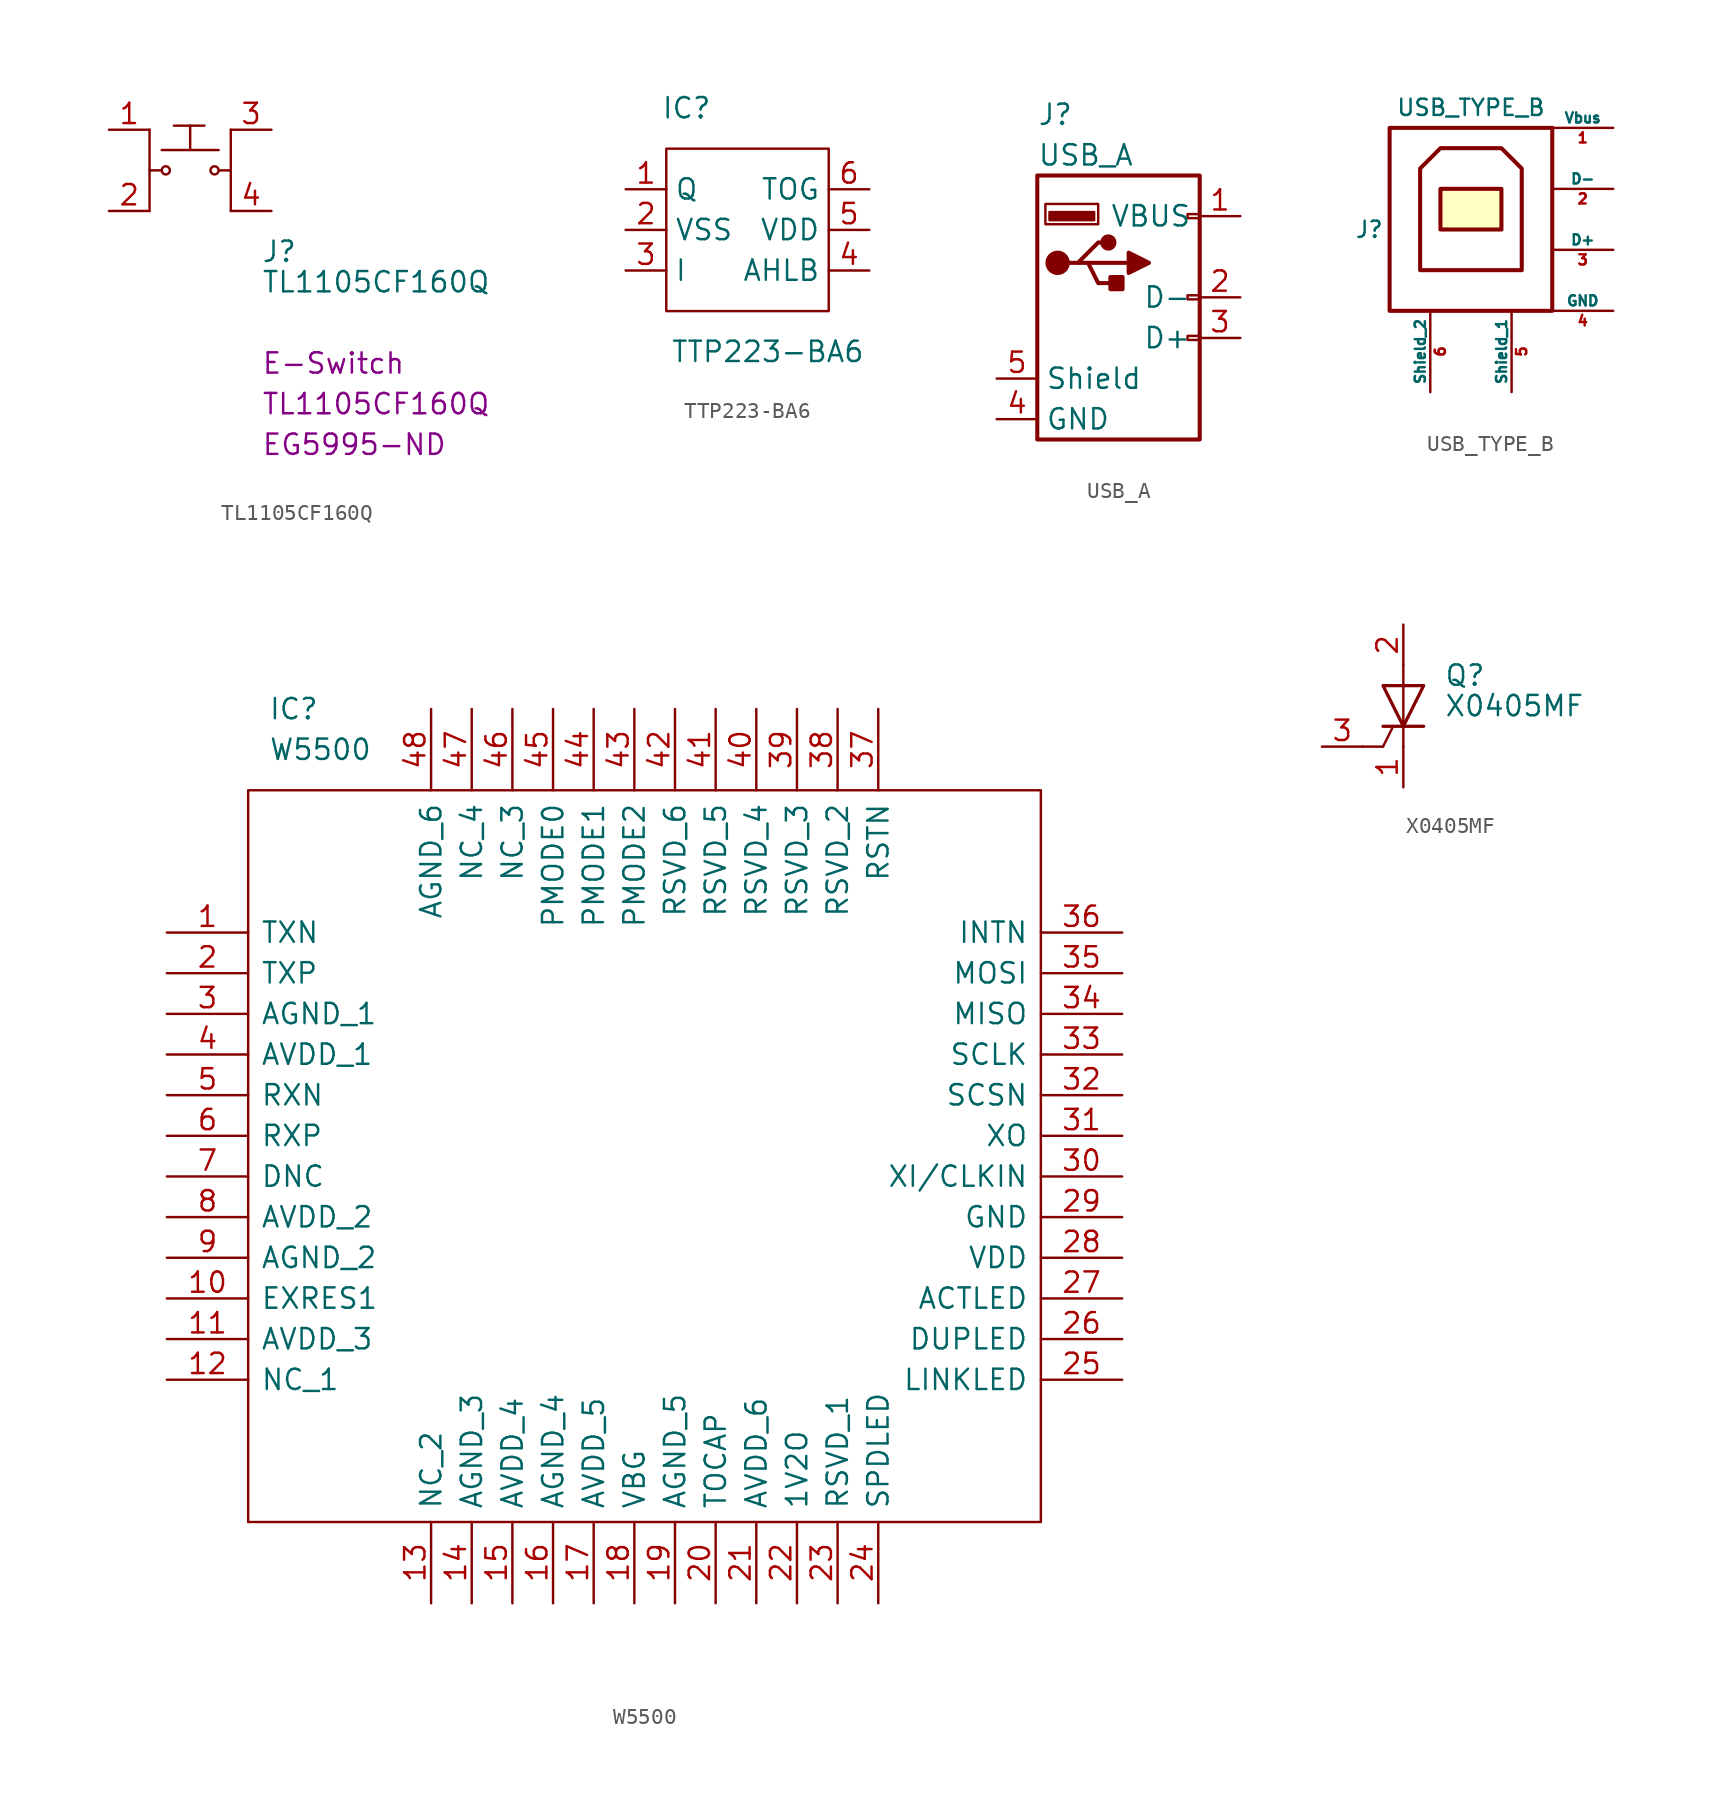
<source format=kicad_sym>
(kicad_symbol_lib
  (version 20220914)
  (generator kicad_symbol_editor)
  (symbol "TL1105CF160Q"
    (pin_names hide)
    (property "Reference" "J"
      (at 4.445 -6.35 0)
      (effects (font (size 1.27 1.27)) (justify left)))
    (property "Value" "TL1105CF160Q"
      (at 4.445 -8.255 0)
      (effects (font (size 1.27 1.27)) (justify left)))
    (property "Manufacturer" "E-Switch"
      (at 4.445 -13.335 0)
      (effects (font (size 1.27 1.27)) (justify left)))
    (property "MPN" "TL1105CF160Q"
      (at 4.445 -15.875 0)
      (effects (font (size 1.27 1.27)) (justify left)))
    (property "Digi-Key_PN" "EG5995-ND"
      (at 4.445 -18.415 0)
      (effects (font (size 1.27 1.27)) (justify left)))
    (symbol "TL1105CF160Q_1_1"
      (circle (center -1.524 -1.27) (radius 0.254) (stroke (width 0) (type default)) (fill (type none)))
      (polyline (pts (xy -2.54 1.27) (xy -2.54 -3.81)) (stroke (width 0) (type default)) (fill (type none)))
      (polyline (pts (xy -1.778 -1.27) (xy -2.54 -1.27)) (stroke (width 0) (type default)) (fill (type none)))
      (polyline (pts (xy -1.778 0) (xy 1.778 0)) (stroke (width 0) (type default)) (fill (type none)))
      (polyline (pts (xy -1.016 1.524) (xy 0.889 1.524)) (stroke (width 0) (type default)) (fill (type none)))
      (polyline (pts (xy 0 1.524) (xy 0 0)) (stroke (width 0) (type default)) (fill (type none)))
      (polyline (pts (xy 2.54 -3.81) (xy 2.54 1.27)) (stroke (width 0) (type default)) (fill (type none)))
      (polyline (pts (xy 2.54 -1.27) (xy 1.778 -1.27)) (stroke (width 0) (type default)) (fill (type none)))
      (circle (center 1.524 -1.27) (radius 0.254) (stroke (width 0) (type default)) (fill (type none)))
      (pin passive line (at -5.08 1.27 0) (length 2.54) (name "~" (effects (font (size 1.27 1.27)))) (number "1" (effects (font (size 1.27 1.27)))))
      (pin passive line (at -5.08 -3.81 0) (length 2.54) (name "~" (effects (font (size 1.27 1.27)))) (number "2" (effects (font (size 1.27 1.27)))))
      (pin passive line (at 5.08 1.27 180) (length 2.54) (name "~" (effects (font (size 1.27 1.27)))) (number "3" (effects (font (size 1.27 1.27)))))
      (pin passive line (at 5.08 -3.81 180) (length 2.54) (name "~" (effects (font (size 1.27 1.27)))) (number "4" (effects (font (size 1.27 1.27)))))))
  (symbol "TTP223-BA6"
    (property "Reference" "IC"
      (at -3.81 6.35 0)
      (effects (font (size 1.27 1.27))))
    (property "Value" "TTP223-BA6"
      (at 1.27 -8.89 0)
      (effects (font (size 1.27 1.27))))
    (symbol "TTP223-BA6_0_1"
      (rectangle (start -5.08 3.81) (end 5.08 -6.35) (stroke (width 0) (type default)) (fill (type none))))
    (symbol "TTP223-BA6_1_1"
      (pin input line (at -7.62 1.27 0) (length 2.54) (name "Q" (effects (font (size 1.27 1.27)))) (number "1" (effects (font (size 1.27 1.27)))))
      (pin power_in line (at -7.62 -1.27 0) (length 2.54) (name "VSS" (effects (font (size 1.27 1.27)))) (number "2" (effects (font (size 1.27 1.27)))))
      (pin input line (at -7.62 -3.81 0) (length 2.54) (name "I" (effects (font (size 1.27 1.27)))) (number "3" (effects (font (size 1.27 1.27)))))
      (pin output line (at 7.62 -3.81 180) (length 2.54) (name "AHLB" (effects (font (size 1.27 1.27)))) (number "4" (effects (font (size 1.27 1.27)))))
      (pin power_in line (at 7.62 -1.27 180) (length 2.54) (name "VDD" (effects (font (size 1.27 1.27)))) (number "5" (effects (font (size 1.27 1.27)))))
      (pin output line (at 7.62 1.27 180) (length 2.54) (name "TOG" (effects (font (size 1.27 1.27)))) (number "6" (effects (font (size 1.27 1.27)))))))
  (symbol "USB_A"
    (property "Reference" "J"
      (at -5.08 11.43 0)
      (effects (font (size 1.27 1.27)) (justify left)))
    (property "Value" "USB_A"
      (at -5.08 8.89 0)
      (effects (font (size 1.27 1.27)) (justify left)))
    (symbol "USB_A_0_1"
      (rectangle (start -5.08 7.62) (end 5.08 -8.89) (stroke (width 0.254) (type default)) (fill (type none)))
      (circle (center -3.81 2.159) (radius 0.635) (stroke (width 0.254) (type default)) (fill (type outline)))
      (rectangle (start -1.524 4.826) (end -4.318 5.334) (stroke (width 0) (type default)) (fill (type outline)))
      (rectangle (start -1.27 4.572) (end -4.572 5.842) (stroke (width 0) (type default)) (fill (type none)))
      (circle (center -0.635 3.429) (radius 0.381) (stroke (width 0.254) (type default)) (fill (type outline)))
      (polyline (pts (xy -3.175 2.159) (xy -2.54 2.159) (xy -1.27 3.429) (xy -0.635 3.429)) (stroke (width 0.254) (type default)) (fill (type none)))
      (polyline (pts (xy -2.54 2.159) (xy -1.905 2.159) (xy -1.27 0.889) (xy 0 0.889)) (stroke (width 0.254) (type default)) (fill (type none)))
      (polyline (pts (xy 0.635 2.794) (xy 0.635 1.524) (xy 1.905 2.159) (xy 0.635 2.794)) (stroke (width 0.254) (type default)) (fill (type outline)))
      (rectangle (start 0.254 1.27) (end -0.508 0.508) (stroke (width 0.254) (type default)) (fill (type outline)))
      (rectangle (start 5.08 -2.667) (end 4.318 -2.413) (stroke (width 0) (type default)) (fill (type none)))
      (rectangle (start 5.08 -0.127) (end 4.318 0.127) (stroke (width 0) (type default)) (fill (type none)))
      (rectangle (start 5.08 4.953) (end 4.318 5.207) (stroke (width 0) (type default)) (fill (type none))))
    (symbol "USB_A_1_1"
      (polyline (pts (xy -1.905 2.159) (xy 0.635 2.159)) (stroke (width 0.254) (type default)) (fill (type none)))
      (pin power_in line (at 7.62 5.08 180) (length 2.54) (name "VBUS" (effects (font (size 1.27 1.27)))) (number "1" (effects (font (size 1.27 1.27)))))
      (pin passive line (at 7.62 0 180) (length 2.54) (name "D-" (effects (font (size 1.27 1.27)))) (number "2" (effects (font (size 1.27 1.27)))))
      (pin passive line (at 7.62 -2.54 180) (length 2.54) (name "D+" (effects (font (size 1.27 1.27)))) (number "3" (effects (font (size 1.27 1.27)))))
      (pin power_in line (at -7.62 -7.62 0) (length 2.54) (name "GND" (effects (font (size 1.27 1.27)))) (number "4" (effects (font (size 1.27 1.27)))))
      (pin passive line (at -7.62 -5.08 0) (length 2.54) (name "Shield" (effects (font (size 1.27 1.27)))) (number "5" (effects (font (size 1.27 1.27)))))))
  (symbol "USB_TYPE_B"
    (pin_names
      (offset 0))
    (property "Reference" "J"
      (at -6.35 -1.27 0)
      (effects (font (size 1.016 1.016))))
    (property "Value" "USB_TYPE_B"
      (at 0 6.35 0)
      (effects (font (size 1.016 1.016))))
    (property "Footprint" ""
      (at 0.635 -3.81 0)
      (effects (font (size 1.524 1.524))))
    (property "Datasheet" ""
      (at 0.635 -3.81 0)
      (effects (font (size 1.524 1.524))))
    (symbol "USB_TYPE_B_0_1"
      (rectangle (start -1.905 1.27) (end 1.905 -1.27) (stroke (width 0.254) (type default)) (fill (type background)))
      (polyline (pts (xy -3.175 -3.81) (xy 3.175 -3.81) (xy 3.175 2.54) (xy 1.905 3.81) (xy -1.905 3.81) (xy -3.175 2.54) (xy -3.175 -3.81) (xy -3.175 -3.81) (xy -3.175 -3.81)) (stroke (width 0.254) (type default)) (fill (type none)))
      (rectangle (start 5.08 -6.35) (end -5.08 5.08) (stroke (width 0.254) (type default)) (fill (type none))))
    (symbol "USB_TYPE_B_1_1"
      (pin power_out line (at 8.89 5.08 180) (length 3.81) (name "Vbus" (effects (font (size 0.635 0.635)))) (number "1" (effects (font (size 0.635 0.635)))))
      (pin bidirectional line (at 8.89 1.27 180) (length 3.81) (name "D-" (effects (font (size 0.635 0.635)))) (number "2" (effects (font (size 0.635 0.635)))))
      (pin bidirectional line (at 8.89 -2.54 180) (length 3.81) (name "D+" (effects (font (size 0.635 0.635)))) (number "3" (effects (font (size 0.635 0.635)))))
      (pin power_in line (at 8.89 -6.35 180) (length 3.81) (name "GND" (effects (font (size 0.635 0.635)))) (number "4" (effects (font (size 0.635 0.635)))))
      (pin passive line (at 2.54 -11.43 90) (length 5.08) (name "Shield_1" (effects (font (size 0.635 0.635)))) (number "5" (effects (font (size 0.635 0.635)))))
      (pin passive line (at -2.54 -11.43 90) (length 5.08) (name "Shield_2" (effects (font (size 0.635 0.635)))) (number "6" (effects (font (size 0.635 0.635)))))))
  (symbol "W5500"
    (pin_names
      (offset 0.762))
    (property "Reference" "IC"
      (at -24.13 27.94 0)
      (effects (font (size 1.27 1.27)) (justify left)))
    (property "Value" "W5500"
      (at -24.13 25.4 0)
      (effects (font (size 1.27 1.27)) (justify left)))
    (symbol "W5500_0_0"
      (pin unspecified line (at -30.48 13.97 0) (length 5.08) (name "TXN" (effects (font (size 1.27 1.27)))) (number "1" (effects (font (size 1.27 1.27)))))
      (pin unspecified line (at -30.48 -8.89 0) (length 5.08) (name "EXRES1" (effects (font (size 1.27 1.27)))) (number "10" (effects (font (size 1.27 1.27)))))
      (pin power_in line (at -30.48 -11.43 0) (length 5.08) (name "AVDD_3" (effects (font (size 1.27 1.27)))) (number "11" (effects (font (size 1.27 1.27)))))
      (pin unspecified line (at -30.48 -13.97 0) (length 5.08) (name "NC_1" (effects (font (size 1.27 1.27)))) (number "12" (effects (font (size 1.27 1.27)))))
      (pin unspecified line (at -13.97 -27.94 90) (length 5.08) (name "NC_2" (effects (font (size 1.27 1.27)))) (number "13" (effects (font (size 1.27 1.27)))))
      (pin power_in line (at -11.43 -27.94 90) (length 5.08) (name "AGND_3" (effects (font (size 1.27 1.27)))) (number "14" (effects (font (size 1.27 1.27)))))
      (pin power_in line (at -8.89 -27.94 90) (length 5.08) (name "AVDD_4" (effects (font (size 1.27 1.27)))) (number "15" (effects (font (size 1.27 1.27)))))
      (pin power_in line (at -6.35 -27.94 90) (length 5.08) (name "AGND_4" (effects (font (size 1.27 1.27)))) (number "16" (effects (font (size 1.27 1.27)))))
      (pin power_in line (at -3.81 -27.94 90) (length 5.08) (name "AVDD_5" (effects (font (size 1.27 1.27)))) (number "17" (effects (font (size 1.27 1.27)))))
      (pin unspecified line (at -1.27 -27.94 90) (length 5.08) (name "VBG" (effects (font (size 1.27 1.27)))) (number "18" (effects (font (size 1.27 1.27)))))
      (pin power_in line (at 1.27 -27.94 90) (length 5.08) (name "AGND_5" (effects (font (size 1.27 1.27)))) (number "19" (effects (font (size 1.27 1.27)))))
      (pin unspecified line (at -30.48 11.43 0) (length 5.08) (name "TXP" (effects (font (size 1.27 1.27)))) (number "2" (effects (font (size 1.27 1.27)))))
      (pin unspecified line (at 3.81 -27.94 90) (length 5.08) (name "TOCAP" (effects (font (size 1.27 1.27)))) (number "20" (effects (font (size 1.27 1.27)))))
      (pin power_in line (at 6.35 -27.94 90) (length 5.08) (name "AVDD_6" (effects (font (size 1.27 1.27)))) (number "21" (effects (font (size 1.27 1.27)))))
      (pin unspecified line (at 8.89 -27.94 90) (length 5.08) (name "1V2O" (effects (font (size 1.27 1.27)))) (number "22" (effects (font (size 1.27 1.27)))))
      (pin unspecified line (at 11.43 -27.94 90) (length 5.08) (name "RSVD_1" (effects (font (size 1.27 1.27)))) (number "23" (effects (font (size 1.27 1.27)))))
      (pin unspecified line (at 13.97 -27.94 90) (length 5.08) (name "SPDLED" (effects (font (size 1.27 1.27)))) (number "24" (effects (font (size 1.27 1.27)))))
      (pin input line (at 29.21 -13.97 180) (length 5.08) (name "LINKLED" (effects (font (size 1.27 1.27)))) (number "25" (effects (font (size 1.27 1.27)))))
      (pin unspecified line (at 29.21 -11.43 180) (length 5.08) (name "DUPLED" (effects (font (size 1.27 1.27)))) (number "26" (effects (font (size 1.27 1.27)))))
      (pin unspecified line (at 29.21 -8.89 180) (length 5.08) (name "ACTLED" (effects (font (size 1.27 1.27)))) (number "27" (effects (font (size 1.27 1.27)))))
      (pin power_in line (at 29.21 -6.35 180) (length 5.08) (name "VDD" (effects (font (size 1.27 1.27)))) (number "28" (effects (font (size 1.27 1.27)))))
      (pin power_in line (at 29.21 -3.81 180) (length 5.08) (name "GND" (effects (font (size 1.27 1.27)))) (number "29" (effects (font (size 1.27 1.27)))))
      (pin power_in line (at -30.48 8.89 0) (length 5.08) (name "AGND_1" (effects (font (size 1.27 1.27)))) (number "3" (effects (font (size 1.27 1.27)))))
      (pin input line (at 29.21 -1.27 180) (length 5.08) (name "XI/CLKIN" (effects (font (size 1.27 1.27)))) (number "30" (effects (font (size 1.27 1.27)))))
      (pin unspecified line (at 29.21 1.27 180) (length 5.08) (name "XO" (effects (font (size 1.27 1.27)))) (number "31" (effects (font (size 1.27 1.27)))))
      (pin input line (at 29.21 3.81 180) (length 5.08) (name "SCSN" (effects (font (size 1.27 1.27)))) (number "32" (effects (font (size 1.27 1.27)))))
      (pin input line (at 29.21 6.35 180) (length 5.08) (name "SCLK" (effects (font (size 1.27 1.27)))) (number "33" (effects (font (size 1.27 1.27)))))
      (pin unspecified line (at 29.21 8.89 180) (length 5.08) (name "MISO" (effects (font (size 1.27 1.27)))) (number "34" (effects (font (size 1.27 1.27)))))
      (pin unspecified line (at 29.21 11.43 180) (length 5.08) (name "MOSI" (effects (font (size 1.27 1.27)))) (number "35" (effects (font (size 1.27 1.27)))))
      (pin input line (at 29.21 13.97 180) (length 5.08) (name "INTN" (effects (font (size 1.27 1.27)))) (number "36" (effects (font (size 1.27 1.27)))))
      (pin input line (at 13.97 27.94 270) (length 5.08) (name "RSTN" (effects (font (size 1.27 1.27)))) (number "37" (effects (font (size 1.27 1.27)))))
      (pin unspecified line (at 11.43 27.94 270) (length 5.08) (name "RSVD_2" (effects (font (size 1.27 1.27)))) (number "38" (effects (font (size 1.27 1.27)))))
      (pin unspecified line (at 8.89 27.94 270) (length 5.08) (name "RSVD_3" (effects (font (size 1.27 1.27)))) (number "39" (effects (font (size 1.27 1.27)))))
      (pin power_in line (at -30.48 6.35 0) (length 5.08) (name "AVDD_1" (effects (font (size 1.27 1.27)))) (number "4" (effects (font (size 1.27 1.27)))))
      (pin unspecified line (at 6.35 27.94 270) (length 5.08) (name "RSVD_4" (effects (font (size 1.27 1.27)))) (number "40" (effects (font (size 1.27 1.27)))))
      (pin unspecified line (at 3.81 27.94 270) (length 5.08) (name "RSVD_5" (effects (font (size 1.27 1.27)))) (number "41" (effects (font (size 1.27 1.27)))))
      (pin unspecified line (at 1.27 27.94 270) (length 5.08) (name "RSVD_6" (effects (font (size 1.27 1.27)))) (number "42" (effects (font (size 1.27 1.27)))))
      (pin unspecified line (at -1.27 27.94 270) (length 5.08) (name "PMODE2" (effects (font (size 1.27 1.27)))) (number "43" (effects (font (size 1.27 1.27)))))
      (pin unspecified line (at -3.81 27.94 270) (length 5.08) (name "PMODE1" (effects (font (size 1.27 1.27)))) (number "44" (effects (font (size 1.27 1.27)))))
      (pin unspecified line (at -6.35 27.94 270) (length 5.08) (name "PMODE0" (effects (font (size 1.27 1.27)))) (number "45" (effects (font (size 1.27 1.27)))))
      (pin unspecified line (at -8.89 27.94 270) (length 5.08) (name "NC_3" (effects (font (size 1.27 1.27)))) (number "46" (effects (font (size 1.27 1.27)))))
      (pin unspecified line (at -11.43 27.94 270) (length 5.08) (name "NC_4" (effects (font (size 1.27 1.27)))) (number "47" (effects (font (size 1.27 1.27)))))
      (pin power_in line (at -13.97 27.94 270) (length 5.08) (name "AGND_6" (effects (font (size 1.27 1.27)))) (number "48" (effects (font (size 1.27 1.27)))))
      (pin unspecified line (at -30.48 3.81 0) (length 5.08) (name "RXN" (effects (font (size 1.27 1.27)))) (number "5" (effects (font (size 1.27 1.27)))))
      (pin unspecified line (at -30.48 1.27 0) (length 5.08) (name "RXP" (effects (font (size 1.27 1.27)))) (number "6" (effects (font (size 1.27 1.27)))))
      (pin unspecified line (at -30.48 -1.27 0) (length 5.08) (name "DNC" (effects (font (size 1.27 1.27)))) (number "7" (effects (font (size 1.27 1.27)))))
      (pin power_in line (at -30.48 -3.81 0) (length 5.08) (name "AVDD_2" (effects (font (size 1.27 1.27)))) (number "8" (effects (font (size 1.27 1.27)))))
      (pin power_in line (at -30.48 -6.35 0) (length 5.08) (name "AGND_2" (effects (font (size 1.27 1.27)))) (number "9" (effects (font (size 1.27 1.27))))))
    (symbol "W5500_0_1"
      (rectangle (start -25.4 22.86) (end 24.13 -22.86) (stroke (width 0) (type default)) (fill (type none)))))
  (symbol "X0405MF"
    (pin_names
      (offset 0) hide)
    (property "Reference" "Q"
      (at 2.54 1.905 0)
      (effects (font (size 1.27 1.27)) (justify left)))
    (property "Value" "X0405MF"
      (at 2.54 0 0)
      (effects (font (size 1.27 1.27)) (justify left)))
    (symbol "X0405MF_0_1"
      (polyline (pts (xy -1.27 -2.54) (xy -2.54 -2.54)) (stroke (width 0) (type default)) (fill (type none)))
      (polyline (pts (xy -1.27 -2.54) (xy -0.635 -1.27)) (stroke (width 0) (type default)) (fill (type none)))
      (polyline (pts (xy -1.27 -1.27) (xy 1.27 -1.27)) (stroke (width 0.203) (type default)) (fill (type none)))
      (polyline (pts (xy 0 -2.54) (xy 0 2.54)) (stroke (width 0) (type default)) (fill (type none)))
      (polyline (pts (xy -1.27 1.27) (xy 1.27 1.27) (xy 0 -1.27) (xy -1.27 1.27)) (stroke (width 0.203) (type default)) (fill (type none))))
    (symbol "X0405MF_1_1"
      (pin passive line (at 0 -5.08 90) (length 2.54) (name "K" (effects (font (size 1.27 1.27)))) (number "1" (effects (font (size 1.27 1.27)))))
      (pin passive line (at 0 5.08 270) (length 2.54) (name "A" (effects (font (size 1.27 1.27)))) (number "2" (effects (font (size 1.27 1.27)))))
      (pin input line (at -5.08 -2.54 0) (length 2.54) (name "G" (effects (font (size 1.27 1.27)))) (number "3" (effects (font (size 1.27 1.27))))))))
</source>
